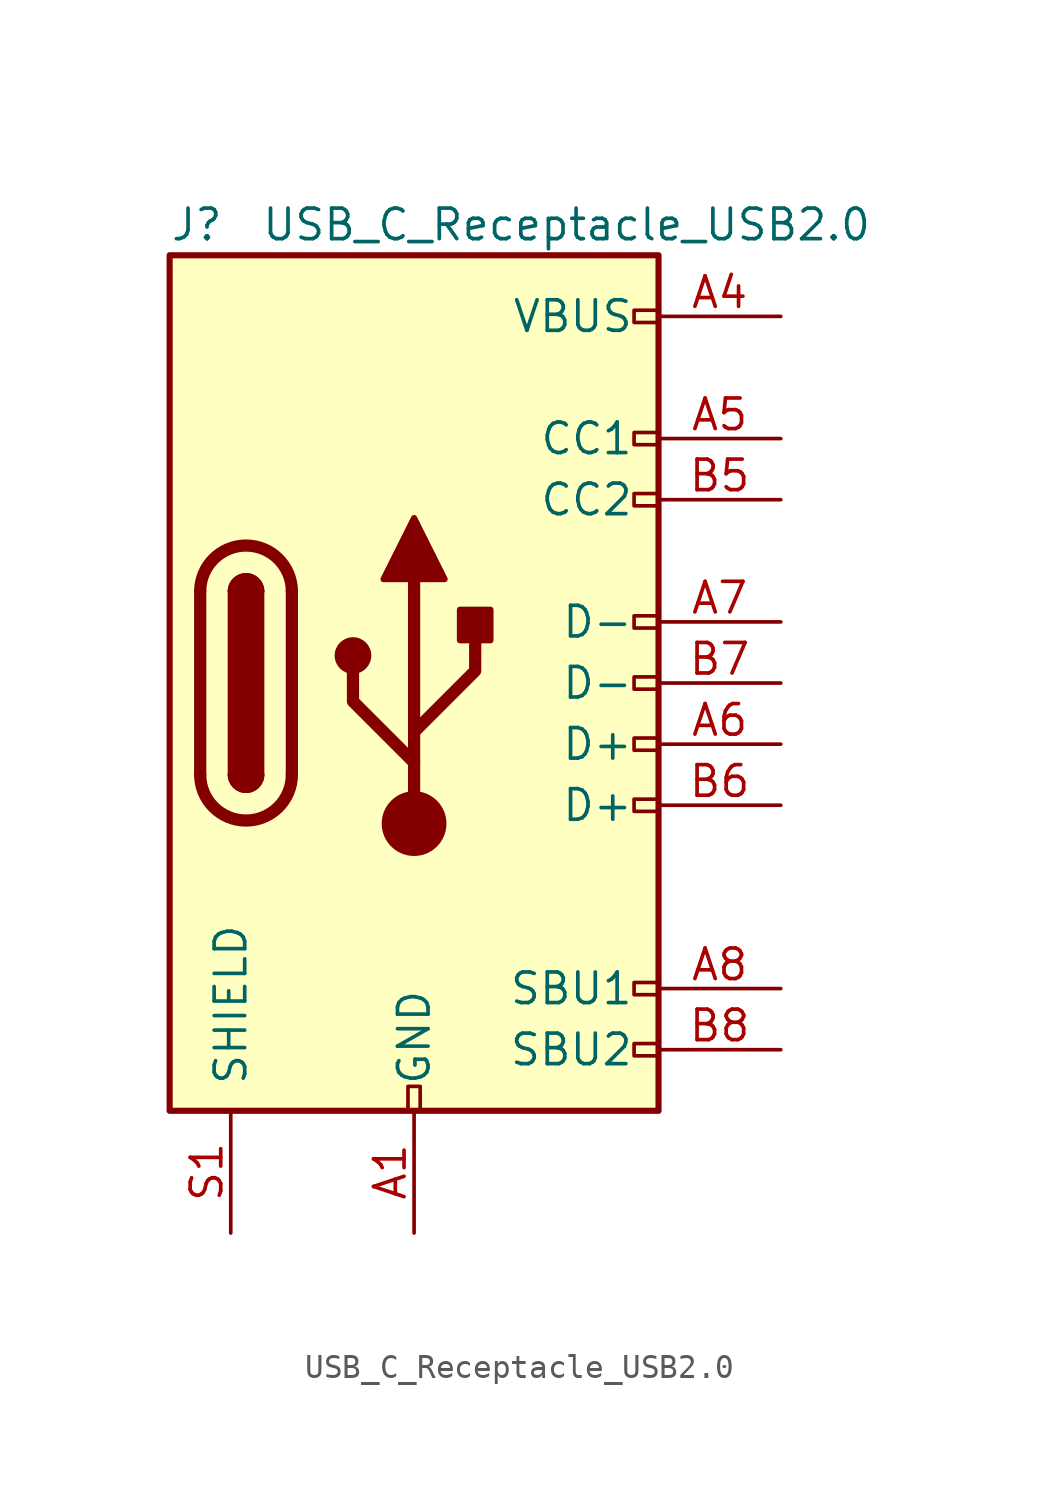
<source format=kicad_sym>
(kicad_symbol_lib
  (version 20231120)
  (generator "kicad_symbol_editor")
  (generator_version "8.0")
  (symbol "USB_C_Receptacle_USB2.0"
    (pin_names
      (offset 1.016))
    (property "Reference" "J"
      (at -10.16 19.05 0)
      (effects (font (size 1.27 1.27)) (justify left)))
    (property "Value" "USB_C_Receptacle_USB2.0"
      (at 19.05 19.05 0)
      (effects (font (size 1.27 1.27)) (justify right)))
    (symbol "USB_C_Receptacle_USB2.0_0_0"
      (rectangle (start -0.254 -17.78) (end 0.254 -16.764) (stroke (width 0) (type default)) (fill (type none)))
      (rectangle (start 10.16 -14.986) (end 9.144 -15.494) (stroke (width 0) (type default)) (fill (type none)))
      (rectangle (start 10.16 -12.446) (end 9.144 -12.954) (stroke (width 0) (type default)) (fill (type none)))
      (rectangle (start 10.16 -4.826) (end 9.144 -5.334) (stroke (width 0) (type default)) (fill (type none)))
      (rectangle (start 10.16 -2.286) (end 9.144 -2.794) (stroke (width 0) (type default)) (fill (type none)))
      (rectangle (start 10.16 0.254) (end 9.144 -0.254) (stroke (width 0) (type default)) (fill (type none)))
      (rectangle (start 10.16 2.794) (end 9.144 2.286) (stroke (width 0) (type default)) (fill (type none)))
      (rectangle (start 10.16 7.874) (end 9.144 7.366) (stroke (width 0) (type default)) (fill (type none)))
      (rectangle (start 10.16 10.414) (end 9.144 9.906) (stroke (width 0) (type default)) (fill (type none)))
      (rectangle (start 10.16 15.494) (end 9.144 14.986) (stroke (width 0) (type default)) (fill (type none))))
    (symbol "USB_C_Receptacle_USB2.0_0_1"
      (rectangle (start -10.16 17.78) (end 10.16 -17.78) (stroke (width 0.254) (type default)) (fill (type background)))
      (arc (start -8.89 -3.81) (mid -6.985 -5.7067) (end -5.08 -3.81) (stroke (width 0.508) (type default)) (fill (type none)))
      (arc (start -7.62 -3.81) (mid -6.985 -4.4423) (end -6.35 -3.81) (stroke (width 0.254) (type default)) (fill (type none)))
      (arc (start -7.62 -3.81) (mid -6.985 -4.4423) (end -6.35 -3.81) (stroke (width 0.254) (type default)) (fill (type outline)))
      (rectangle (start -7.62 -3.81) (end -6.35 3.81) (stroke (width 0.254) (type default)) (fill (type outline)))
      (arc (start -6.35 3.81) (mid -6.985 4.4423) (end -7.62 3.81) (stroke (width 0.254) (type default)) (fill (type none)))
      (arc (start -6.35 3.81) (mid -6.985 4.4423) (end -7.62 3.81) (stroke (width 0.254) (type default)) (fill (type outline)))
      (arc (start -5.08 3.81) (mid -6.985 5.7067) (end -8.89 3.81) (stroke (width 0.508) (type default)) (fill (type none)))
      (circle (center -2.54 1.143) (radius 0.635) (stroke (width 0.254) (type default)) (fill (type outline)))
      (circle (center 0 -5.842) (radius 1.27) (stroke (width 0) (type default)) (fill (type outline)))
      (polyline (pts (xy -8.89 -3.81) (xy -8.89 3.81)) (stroke (width 0.508) (type default)) (fill (type none)))
      (polyline (pts (xy -5.08 3.81) (xy -5.08 -3.81)) (stroke (width 0.508) (type default)) (fill (type none)))
      (polyline (pts (xy 0 -5.842) (xy 0 4.318)) (stroke (width 0.508) (type default)) (fill (type none)))
      (polyline (pts (xy 0 -3.302) (xy -2.54 -0.762) (xy -2.54 0.508)) (stroke (width 0.508) (type default)) (fill (type none)))
      (polyline (pts (xy 0 -2.032) (xy 2.54 0.508) (xy 2.54 1.778)) (stroke (width 0.508) (type default)) (fill (type none)))
      (polyline (pts (xy -1.27 4.318) (xy 0 6.858) (xy 1.27 4.318) (xy -1.27 4.318)) (stroke (width 0.254) (type default)) (fill (type outline)))
      (rectangle (start 1.905 1.778) (end 3.175 3.048) (stroke (width 0.254) (type default)) (fill (type outline))))
    (symbol "USB_C_Receptacle_USB2.0_1_1"
      (pin power_out line (at 0 -22.86 90) (length 5.08) (name "GND" (effects (font (size 1.27 1.27)))) (number "A1" (effects (font (size 1.27 1.27)))))
      (pin passive line (at 0 -22.86 90) (length 5.08) hide (name "GND" (effects (font (size 1.27 1.27)))) (number "A12" (effects (font (size 1.27 1.27)))))
      (pin passive line (at 15.24 15.24 180) (length 5.08) (name "VBUS" (effects (font (size 1.27 1.27)))) (number "A4" (effects (font (size 1.27 1.27)))))
      (pin bidirectional line (at 15.24 10.16 180) (length 5.08) (name "CC1" (effects (font (size 1.27 1.27)))) (number "A5" (effects (font (size 1.27 1.27)))))
      (pin bidirectional line (at 15.24 -2.54 180) (length 5.08) (name "D+" (effects (font (size 1.27 1.27)))) (number "A6" (effects (font (size 1.27 1.27)))))
      (pin bidirectional line (at 15.24 2.54 180) (length 5.08) (name "D-" (effects (font (size 1.27 1.27)))) (number "A7" (effects (font (size 1.27 1.27)))))
      (pin bidirectional line (at 15.24 -12.7 180) (length 5.08) (name "SBU1" (effects (font (size 1.27 1.27)))) (number "A8" (effects (font (size 1.27 1.27)))))
      (pin passive line (at 15.24 15.24 180) (length 5.08) hide (name "VBUS" (effects (font (size 1.27 1.27)))) (number "A9" (effects (font (size 1.27 1.27)))))
      (pin passive line (at 0 -22.86 90) (length 5.08) hide (name "GND" (effects (font (size 1.27 1.27)))) (number "B1" (effects (font (size 1.27 1.27)))))
      (pin passive line (at 0 -22.86 90) (length 5.08) hide (name "GND" (effects (font (size 1.27 1.27)))) (number "B12" (effects (font (size 1.27 1.27)))))
      (pin passive line (at 15.24 15.24 180) (length 5.08) hide (name "VBUS" (effects (font (size 1.27 1.27)))) (number "B4" (effects (font (size 1.27 1.27)))))
      (pin bidirectional line (at 15.24 7.62 180) (length 5.08) (name "CC2" (effects (font (size 1.27 1.27)))) (number "B5" (effects (font (size 1.27 1.27)))))
      (pin bidirectional line (at 15.24 -5.08 180) (length 5.08) (name "D+" (effects (font (size 1.27 1.27)))) (number "B6" (effects (font (size 1.27 1.27)))))
      (pin bidirectional line (at 15.24 0 180) (length 5.08) (name "D-" (effects (font (size 1.27 1.27)))) (number "B7" (effects (font (size 1.27 1.27)))))
      (pin bidirectional line (at 15.24 -15.24 180) (length 5.08) (name "SBU2" (effects (font (size 1.27 1.27)))) (number "B8" (effects (font (size 1.27 1.27)))))
      (pin passive line (at 15.24 15.24 180) (length 5.08) hide (name "VBUS" (effects (font (size 1.27 1.27)))) (number "B9" (effects (font (size 1.27 1.27)))))
      (pin passive line (at -7.62 -22.86 90) (length 5.08) (name "SHIELD" (effects (font (size 1.27 1.27)))) (number "S1" (effects (font (size 1.27 1.27))))))))
</source>
